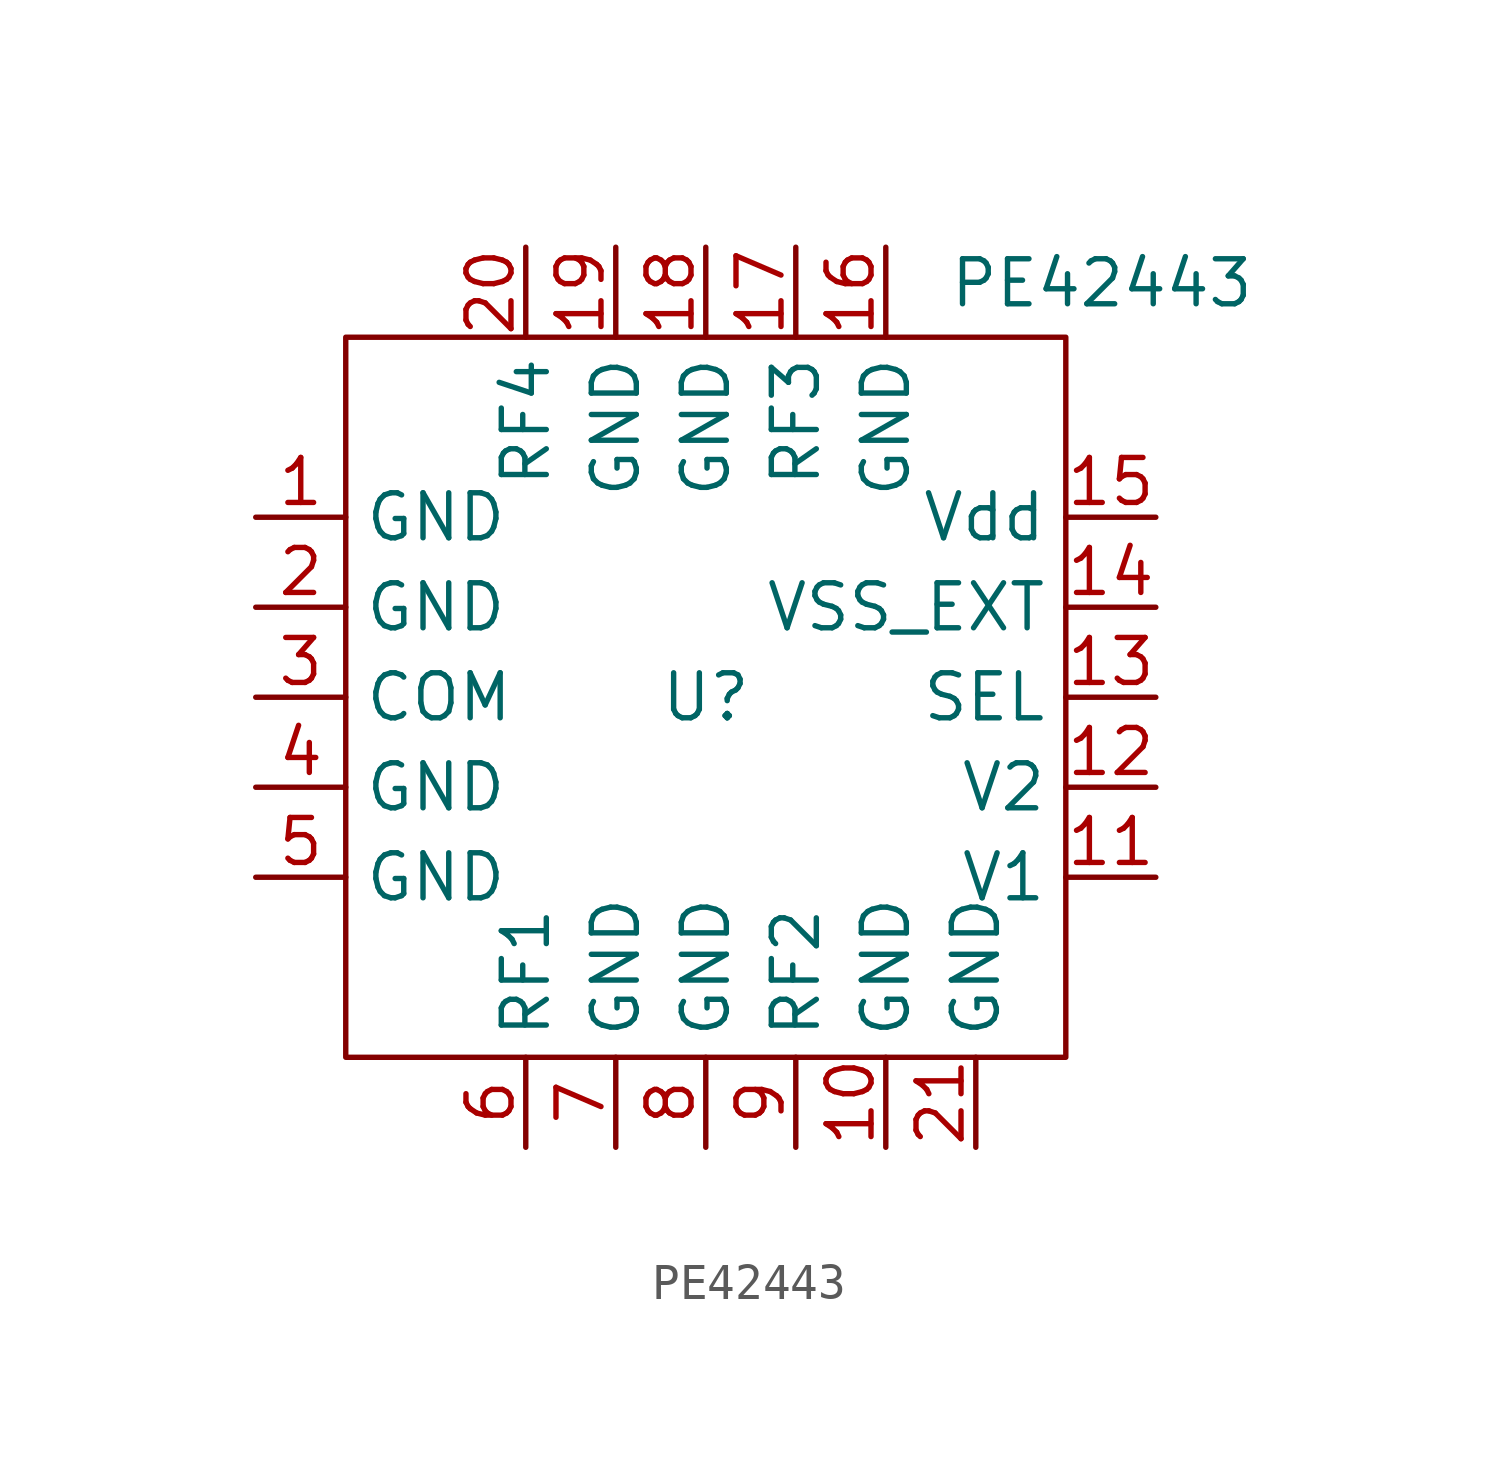
<source format=kicad_sym>
(kicad_symbol_lib
  (version 20231120)
  (generator "kicad_symbol_editor")
  (generator_version "8.0")
  (symbol "PE42443"
    (property "Reference" "U"
      (at 0 0 0)
      (effects (font (size 1.27 1.27))))
    (property "Value" "PE42443"
      (at 11.176 11.684 0)
      (effects (font (size 1.27 1.27))))
    (symbol "PE42443_0_1"
      (rectangle (start -10.16 10.16) (end 10.16 -10.16) (stroke (width 0) (type default)) (fill (type none))))
    (symbol "PE42443_1_1"
      (pin power_in line (at -12.7 5.08 0) (length 2.54) (name "GND" (effects (font (size 1.27 1.27)))) (number "1" (effects (font (size 1.27 1.27)))))
      (pin power_in line (at 5.08 -12.7 90) (length 2.54) (name "GND" (effects (font (size 1.27 1.27)))) (number "10" (effects (font (size 1.27 1.27)))))
      (pin input line (at 12.7 -5.08 180) (length 2.54) (name "V1" (effects (font (size 1.27 1.27)))) (number "11" (effects (font (size 1.27 1.27)))))
      (pin input line (at 12.7 -2.54 180) (length 2.54) (name "V2" (effects (font (size 1.27 1.27)))) (number "12" (effects (font (size 1.27 1.27)))))
      (pin input line (at 12.7 0 180) (length 2.54) (name "SEL" (effects (font (size 1.27 1.27)))) (number "13" (effects (font (size 1.27 1.27)))))
      (pin power_in line (at 12.7 2.54 180) (length 2.54) (name "VSS_EXT" (effects (font (size 1.27 1.27)))) (number "14" (effects (font (size 1.27 1.27)))))
      (pin power_in line (at 12.7 5.08 180) (length 2.54) (name "Vdd" (effects (font (size 1.27 1.27)))) (number "15" (effects (font (size 1.27 1.27)))))
      (pin power_in line (at 5.08 12.7 270) (length 2.54) (name "GND" (effects (font (size 1.27 1.27)))) (number "16" (effects (font (size 1.27 1.27)))))
      (pin bidirectional line (at 2.54 12.7 270) (length 2.54) (name "RF3" (effects (font (size 1.27 1.27)))) (number "17" (effects (font (size 1.27 1.27)))))
      (pin power_in line (at 0 12.7 270) (length 2.54) (name "GND" (effects (font (size 1.27 1.27)))) (number "18" (effects (font (size 1.27 1.27)))))
      (pin power_in line (at -2.54 12.7 270) (length 2.54) (name "GND" (effects (font (size 1.27 1.27)))) (number "19" (effects (font (size 1.27 1.27)))))
      (pin power_in line (at -12.7 2.54 0) (length 2.54) (name "GND" (effects (font (size 1.27 1.27)))) (number "2" (effects (font (size 1.27 1.27)))))
      (pin bidirectional line (at -5.08 12.7 270) (length 2.54) (name "RF4" (effects (font (size 1.27 1.27)))) (number "20" (effects (font (size 1.27 1.27)))))
      (pin power_in line (at 7.62 -12.7 90) (length 2.54) (name "GND" (effects (font (size 1.27 1.27)))) (number "21" (effects (font (size 1.27 1.27)))))
      (pin bidirectional line (at -12.7 0 0) (length 2.54) (name "COM" (effects (font (size 1.27 1.27)))) (number "3" (effects (font (size 1.27 1.27)))))
      (pin power_in line (at -12.7 -2.54 0) (length 2.54) (name "GND" (effects (font (size 1.27 1.27)))) (number "4" (effects (font (size 1.27 1.27)))))
      (pin power_in line (at -12.7 -5.08 0) (length 2.54) (name "GND" (effects (font (size 1.27 1.27)))) (number "5" (effects (font (size 1.27 1.27)))))
      (pin bidirectional line (at -5.08 -12.7 90) (length 2.54) (name "RF1" (effects (font (size 1.27 1.27)))) (number "6" (effects (font (size 1.27 1.27)))))
      (pin power_in line (at -2.54 -12.7 90) (length 2.54) (name "GND" (effects (font (size 1.27 1.27)))) (number "7" (effects (font (size 1.27 1.27)))))
      (pin power_in line (at 0 -12.7 90) (length 2.54) (name "GND" (effects (font (size 1.27 1.27)))) (number "8" (effects (font (size 1.27 1.27)))))
      (pin bidirectional line (at 2.54 -12.7 90) (length 2.54) (name "RF2" (effects (font (size 1.27 1.27)))) (number "9" (effects (font (size 1.27 1.27))))))))
</source>
